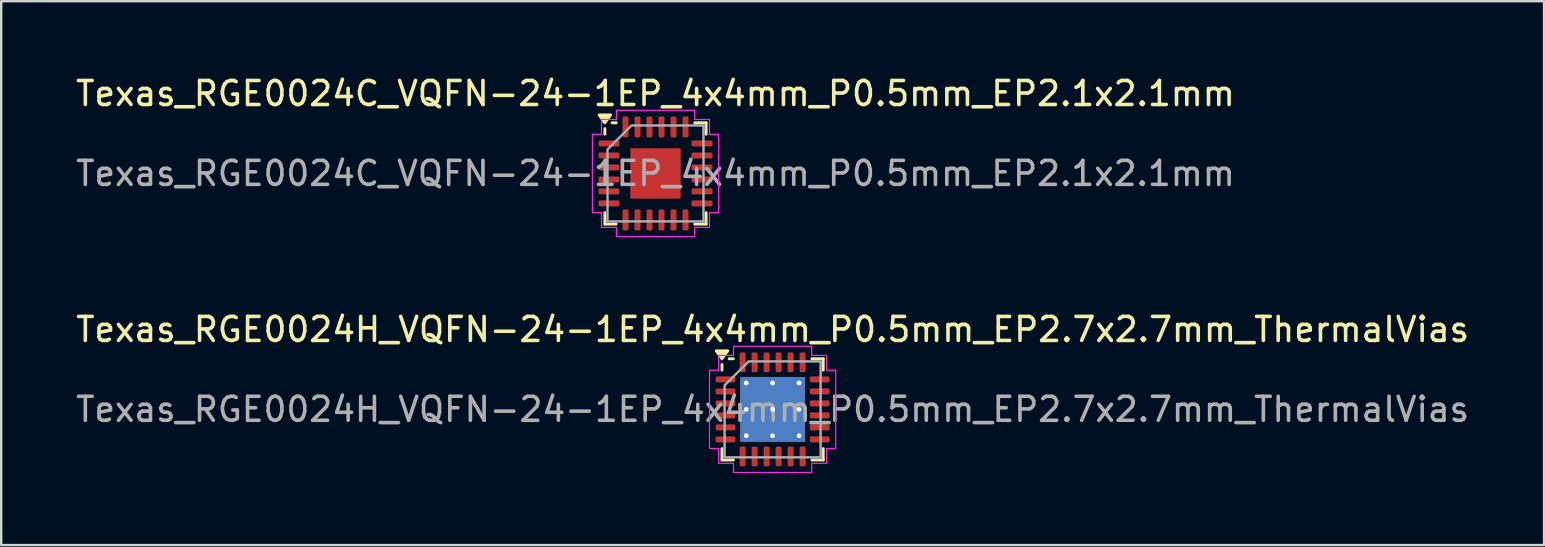
<source format=kicad_pcb>
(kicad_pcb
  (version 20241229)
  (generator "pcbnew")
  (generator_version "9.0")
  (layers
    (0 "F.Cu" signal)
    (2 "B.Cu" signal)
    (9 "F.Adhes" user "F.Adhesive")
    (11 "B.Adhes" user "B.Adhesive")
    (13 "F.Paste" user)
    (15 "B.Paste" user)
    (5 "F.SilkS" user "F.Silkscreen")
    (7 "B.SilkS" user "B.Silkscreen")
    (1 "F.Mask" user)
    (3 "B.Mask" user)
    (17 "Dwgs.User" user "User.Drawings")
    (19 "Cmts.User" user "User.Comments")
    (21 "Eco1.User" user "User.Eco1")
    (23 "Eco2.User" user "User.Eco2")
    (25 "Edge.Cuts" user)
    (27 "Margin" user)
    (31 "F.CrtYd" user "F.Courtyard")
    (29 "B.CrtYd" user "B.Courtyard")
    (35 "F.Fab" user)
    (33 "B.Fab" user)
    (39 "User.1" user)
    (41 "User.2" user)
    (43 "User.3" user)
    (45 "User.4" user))
  (footprint "Texas_RGE0024H_VQFN-24-1EP_4x4mm_P0.5mm_EP2.7x2.7mm_ThermalVias"
    (layer "F.Cu")
    (at 29.149 14.011)
    (property "Reference" "Texas_RGE0024H_VQFN-24-1EP_4x4mm_P0.5mm_EP2.7x2.7mm_ThermalVias" (at 0 -3.33 0) (layer "F.SilkS") (effects (font (size 1 1) (thickness 0.15))))
    (attr smd)
    (fp_line (start -2.11 -1.635) (end -2.11 -1.87) (stroke (width 0.12) (type solid)) (layer "F.SilkS"))
    (fp_line (start -2.11 2.11) (end -2.11 1.635) (stroke (width 0.12) (type solid)) (layer "F.SilkS"))
    (fp_line (start -1.635 -2.11) (end -1.81 -2.11) (stroke (width 0.12) (type solid)) (layer "F.SilkS"))
    (fp_line (start -1.635 2.11) (end -2.11 2.11) (stroke (width 0.12) (type solid)) (layer "F.SilkS"))
    (fp_line (start 1.635 -2.11) (end 2.11 -2.11) (stroke (width 0.12) (type solid)) (layer "F.SilkS"))
    (fp_line (start 1.635 2.11) (end 2.11 2.11) (stroke (width 0.12) (type solid)) (layer "F.SilkS"))
    (fp_line (start 2.11 -2.11) (end 2.11 -1.635) (stroke (width 0.12) (type solid)) (layer "F.SilkS"))
    (fp_line (start 2.11 2.11) (end 2.11 1.635) (stroke (width 0.12) (type solid)) (layer "F.SilkS"))
    (fp_poly (pts (xy -2.11 -2.11) (xy -2.35 -2.44) (xy -1.87 -2.44)) (stroke (width 0.12) (type solid)) (fill yes) (layer "F.SilkS"))
    (fp_line (start -2.63 -1.63) (end -2.25 -1.63) (stroke (width 0.05) (type solid)) (layer "F.CrtYd"))
    (fp_line (start -2.63 1.63) (end -2.63 -1.63) (stroke (width 0.05) (type solid)) (layer "F.CrtYd"))
    (fp_line (start -2.25 -2.25) (end -1.63 -2.25) (stroke (width 0.05) (type solid)) (layer "F.CrtYd"))
    (fp_line (start -2.25 -1.63) (end -2.25 -2.25) (stroke (width 0.05) (type solid)) (layer "F.CrtYd"))
    (fp_line (start -2.25 1.63) (end -2.63 1.63) (stroke (width 0.05) (type solid)) (layer "F.CrtYd"))
    (fp_line (start -2.25 2.25) (end -2.25 1.63) (stroke (width 0.05) (type solid)) (layer "F.CrtYd"))
    (fp_line (start -1.63 -2.63) (end 1.63 -2.63) (stroke (width 0.05) (type solid)) (layer "F.CrtYd"))
    (fp_line (start -1.63 -2.25) (end -1.63 -2.63) (stroke (width 0.05) (type solid)) (layer "F.CrtYd"))
    (fp_line (start -1.63 2.25) (end -2.25 2.25) (stroke (width 0.05) (type solid)) (layer "F.CrtYd"))
    (fp_line (start -1.63 2.63) (end -1.63 2.25) (stroke (width 0.05) (type solid)) (layer "F.CrtYd"))
    (fp_line (start 1.63 -2.63) (end 1.63 -2.25) (stroke (width 0.05) (type solid)) (layer "F.CrtYd"))
    (fp_line (start 1.63 -2.25) (end 2.25 -2.25) (stroke (width 0.05) (type solid)) (layer "F.CrtYd"))
    (fp_line (start 1.63 2.25) (end 1.63 2.63) (stroke (width 0.05) (type solid)) (layer "F.CrtYd"))
    (fp_line (start 1.63 2.63) (end -1.63 2.63) (stroke (width 0.05) (type solid)) (layer "F.CrtYd"))
    (fp_line (start 2.25 -2.25) (end 2.25 -1.63) (stroke (width 0.05) (type solid)) (layer "F.CrtYd"))
    (fp_line (start 2.25 -1.63) (end 2.63 -1.63) (stroke (width 0.05) (type solid)) (layer "F.CrtYd"))
    (fp_line (start 2.25 1.63) (end 2.25 2.25) (stroke (width 0.05) (type solid)) (layer "F.CrtYd"))
    (fp_line (start 2.25 2.25) (end 1.63 2.25) (stroke (width 0.05) (type solid)) (layer "F.CrtYd"))
    (fp_line (start 2.63 -1.63) (end 2.63 1.63) (stroke (width 0.05) (type solid)) (layer "F.CrtYd"))
    (fp_line (start 2.63 1.63) (end 2.25 1.63) (stroke (width 0.05) (type solid)) (layer "F.CrtYd"))
    (fp_poly (pts (xy -2 -1) (xy -2 2) (xy 2 2) (xy 2 -2) (xy -1 -2)) (stroke (width 0.1) (type solid)) (fill no) (layer "F.Fab"))
    (fp_text user "${REFERENCE}" (at 0 0 0) (layer "F.Fab") (effects (font (size 1 1) (thickness 0.15))))
    (pad "" smd roundrect (at -0.675 -0.675) (size 1.17 1.17) (layers "F.Paste") (roundrect_rratio 0.214))
    (pad "" smd roundrect (at -0.675 0.675) (size 1.17 1.17) (layers "F.Paste") (roundrect_rratio 0.214))
    (pad "" smd roundrect (at 0.675 -0.675) (size 1.17 1.17) (layers "F.Paste") (roundrect_rratio 0.214))
    (pad "" smd roundrect (at 0.675 0.675) (size 1.17 1.17) (layers "F.Paste") (roundrect_rratio 0.214))
    (pad "1" smd roundrect (at -1.962 -1.25) (size 0.825 0.25) (layers "F.Cu" "F.Mask" "F.Paste") (roundrect_rratio 0.25))
    (pad "2" smd roundrect (at -1.962 -0.75) (size 0.825 0.25) (layers "F.Cu" "F.Mask" "F.Paste") (roundrect_rratio 0.25))
    (pad "3" smd roundrect (at -1.962 -0.25) (size 0.825 0.25) (layers "F.Cu" "F.Mask" "F.Paste") (roundrect_rratio 0.25))
    (pad "4" smd roundrect (at -1.962 0.25) (size 0.825 0.25) (layers "F.Cu" "F.Mask" "F.Paste") (roundrect_rratio 0.25))
    (pad "5" smd roundrect (at -1.962 0.75) (size 0.825 0.25) (layers "F.Cu" "F.Mask" "F.Paste") (roundrect_rratio 0.25))
    (pad "6" smd roundrect (at -1.962 1.25) (size 0.825 0.25) (layers "F.Cu" "F.Mask" "F.Paste") (roundrect_rratio 0.25))
    (pad "7" smd roundrect (at -1.25 1.962) (size 0.25 0.825) (layers "F.Cu" "F.Mask" "F.Paste") (roundrect_rratio 0.25))
    (pad "8" smd roundrect (at -0.75 1.962) (size 0.25 0.825) (layers "F.Cu" "F.Mask" "F.Paste") (roundrect_rratio 0.25))
    (pad "9" smd roundrect (at -0.25 1.962) (size 0.25 0.825) (layers "F.Cu" "F.Mask" "F.Paste") (roundrect_rratio 0.25))
    (pad "10" smd roundrect (at 0.25 1.962) (size 0.25 0.825) (layers "F.Cu" "F.Mask" "F.Paste") (roundrect_rratio 0.25))
    (pad "11" smd roundrect (at 0.75 1.962) (size 0.25 0.825) (layers "F.Cu" "F.Mask" "F.Paste") (roundrect_rratio 0.25))
    (pad "12" smd roundrect (at 1.25 1.962) (size 0.25 0.825) (layers "F.Cu" "F.Mask" "F.Paste") (roundrect_rratio 0.25))
    (pad "13" smd roundrect (at 1.962 1.25) (size 0.825 0.25) (layers "F.Cu" "F.Mask" "F.Paste") (roundrect_rratio 0.25))
    (pad "14" smd roundrect (at 1.962 0.75) (size 0.825 0.25) (layers "F.Cu" "F.Mask" "F.Paste") (roundrect_rratio 0.25))
    (pad "15" smd roundrect (at 1.962 0.25) (size 0.825 0.25) (layers "F.Cu" "F.Mask" "F.Paste") (roundrect_rratio 0.25))
    (pad "16" smd roundrect (at 1.962 -0.25) (size 0.825 0.25) (layers "F.Cu" "F.Mask" "F.Paste") (roundrect_rratio 0.25))
    (pad "17" smd roundrect (at 1.962 -0.75) (size 0.825 0.25) (layers "F.Cu" "F.Mask" "F.Paste") (roundrect_rratio 0.25))
    (pad "18" smd roundrect (at 1.962 -1.25) (size 0.825 0.25) (layers "F.Cu" "F.Mask" "F.Paste") (roundrect_rratio 0.25))
    (pad "19" smd roundrect (at 1.25 -1.962) (size 0.25 0.825) (layers "F.Cu" "F.Mask" "F.Paste") (roundrect_rratio 0.25))
    (pad "20" smd roundrect (at 0.75 -1.962) (size 0.25 0.825) (layers "F.Cu" "F.Mask" "F.Paste") (roundrect_rratio 0.25))
    (pad "21" smd roundrect (at 0.25 -1.962) (size 0.25 0.825) (layers "F.Cu" "F.Mask" "F.Paste") (roundrect_rratio 0.25))
    (pad "22" smd roundrect (at -0.25 -1.962) (size 0.25 0.825) (layers "F.Cu" "F.Mask" "F.Paste") (roundrect_rratio 0.25))
    (pad "23" smd roundrect (at -0.75 -1.962) (size 0.25 0.825) (layers "F.Cu" "F.Mask" "F.Paste") (roundrect_rratio 0.25))
    (pad "24" smd roundrect (at -1.25 -1.962) (size 0.25 0.825) (layers "F.Cu" "F.Mask" "F.Paste") (roundrect_rratio 0.25))
    (pad "25" thru_hole circle (at -1.1 -1.1) (size 0.5 0.5) (drill 0.2) (property pad_prop_heatsink) (layers "*.Cu"))
    (pad "25" thru_hole circle (at -1.1 0) (size 0.5 0.5) (drill 0.2) (property pad_prop_heatsink) (layers "*.Cu"))
    (pad "25" thru_hole circle (at -1.1 1.1) (size 0.5 0.5) (drill 0.2) (property pad_prop_heatsink) (layers "*.Cu"))
    (pad "25" thru_hole circle (at 0 -1.1) (size 0.5 0.5) (drill 0.2) (property pad_prop_heatsink) (layers "*.Cu"))
    (pad "25" thru_hole circle (at 0 0) (size 0.5 0.5) (drill 0.2) (property pad_prop_heatsink) (layers "*.Cu"))
    (pad "25" smd rect (at 0 0) (size 2.7 2.7) (property pad_prop_heatsink) (layers "F.Cu" "F.Mask"))
    (pad "25" smd rect (at 0 0) (size 2.7 2.7) (property pad_prop_heatsink) (layers "B.Cu"))
    (pad "25" thru_hole circle (at 0 1.1) (size 0.5 0.5) (drill 0.2) (property pad_prop_heatsink) (layers "*.Cu"))
    (pad "25" thru_hole circle (at 1.1 -1.1) (size 0.5 0.5) (drill 0.2) (property pad_prop_heatsink) (layers "*.Cu"))
    (pad "25" thru_hole circle (at 1.1 0) (size 0.5 0.5) (drill 0.2) (property pad_prop_heatsink) (layers "*.Cu"))
    (pad "25" thru_hole circle (at 1.1 1.1) (size 0.5 0.5) (drill 0.2) (property pad_prop_heatsink) (layers "*.Cu")))
  (footprint "Texas_RGE0024C_VQFN-24-1EP_4x4mm_P0.5mm_EP2.1x2.1mm"
    (layer "F.Cu")
    (at 24.268 4.178)
    (property "Reference" "Texas_RGE0024C_VQFN-24-1EP_4x4mm_P0.5mm_EP2.1x2.1mm" (at 0 -3.33 0) (layer "F.SilkS") (effects (font (size 1 1) (thickness 0.15))))
    (attr smd)
    (fp_line (start -2.11 -1.635) (end -2.11 -1.87) (stroke (width 0.12) (type solid)) (layer "F.SilkS"))
    (fp_line (start -2.11 2.11) (end -2.11 1.635) (stroke (width 0.12) (type solid)) (layer "F.SilkS"))
    (fp_line (start -1.635 -2.11) (end -1.81 -2.11) (stroke (width 0.12) (type solid)) (layer "F.SilkS"))
    (fp_line (start -1.635 2.11) (end -2.11 2.11) (stroke (width 0.12) (type solid)) (layer "F.SilkS"))
    (fp_line (start 1.635 -2.11) (end 2.11 -2.11) (stroke (width 0.12) (type solid)) (layer "F.SilkS"))
    (fp_line (start 1.635 2.11) (end 2.11 2.11) (stroke (width 0.12) (type solid)) (layer "F.SilkS"))
    (fp_line (start 2.11 -2.11) (end 2.11 -1.635) (stroke (width 0.12) (type solid)) (layer "F.SilkS"))
    (fp_line (start 2.11 2.11) (end 2.11 1.635) (stroke (width 0.12) (type solid)) (layer "F.SilkS"))
    (fp_poly (pts (xy -2.11 -2.11) (xy -2.35 -2.44) (xy -1.87 -2.44)) (stroke (width 0.12) (type solid)) (fill yes) (layer "F.SilkS"))
    (fp_line (start -2.63 -1.63) (end -2.25 -1.63) (stroke (width 0.05) (type solid)) (layer "F.CrtYd"))
    (fp_line (start -2.63 1.63) (end -2.63 -1.63) (stroke (width 0.05) (type solid)) (layer "F.CrtYd"))
    (fp_line (start -2.25 -2.25) (end -1.63 -2.25) (stroke (width 0.05) (type solid)) (layer "F.CrtYd"))
    (fp_line (start -2.25 -1.63) (end -2.25 -2.25) (stroke (width 0.05) (type solid)) (layer "F.CrtYd"))
    (fp_line (start -2.25 1.63) (end -2.63 1.63) (stroke (width 0.05) (type solid)) (layer "F.CrtYd"))
    (fp_line (start -2.25 2.25) (end -2.25 1.63) (stroke (width 0.05) (type solid)) (layer "F.CrtYd"))
    (fp_line (start -1.63 -2.63) (end 1.63 -2.63) (stroke (width 0.05) (type solid)) (layer "F.CrtYd"))
    (fp_line (start -1.63 -2.25) (end -1.63 -2.63) (stroke (width 0.05) (type solid)) (layer "F.CrtYd"))
    (fp_line (start -1.63 2.25) (end -2.25 2.25) (stroke (width 0.05) (type solid)) (layer "F.CrtYd"))
    (fp_line (start -1.63 2.63) (end -1.63 2.25) (stroke (width 0.05) (type solid)) (layer "F.CrtYd"))
    (fp_line (start 1.63 -2.63) (end 1.63 -2.25) (stroke (width 0.05) (type solid)) (layer "F.CrtYd"))
    (fp_line (start 1.63 -2.25) (end 2.25 -2.25) (stroke (width 0.05) (type solid)) (layer "F.CrtYd"))
    (fp_line (start 1.63 2.25) (end 1.63 2.63) (stroke (width 0.05) (type solid)) (layer "F.CrtYd"))
    (fp_line (start 1.63 2.63) (end -1.63 2.63) (stroke (width 0.05) (type solid)) (layer "F.CrtYd"))
    (fp_line (start 2.25 -2.25) (end 2.25 -1.63) (stroke (width 0.05) (type solid)) (layer "F.CrtYd"))
    (fp_line (start 2.25 -1.63) (end 2.63 -1.63) (stroke (width 0.05) (type solid)) (layer "F.CrtYd"))
    (fp_line (start 2.25 1.63) (end 2.25 2.25) (stroke (width 0.05) (type solid)) (layer "F.CrtYd"))
    (fp_line (start 2.25 2.25) (end 1.63 2.25) (stroke (width 0.05) (type solid)) (layer "F.CrtYd"))
    (fp_line (start 2.63 -1.63) (end 2.63 1.63) (stroke (width 0.05) (type solid)) (layer "F.CrtYd"))
    (fp_line (start 2.63 1.63) (end 2.25 1.63) (stroke (width 0.05) (type solid)) (layer "F.CrtYd"))
    (fp_poly (pts (xy -2 -1) (xy -2 2) (xy 2 2) (xy 2 -2) (xy -1 -2)) (stroke (width 0.1) (type solid)) (fill no) (layer "F.Fab"))
    (fp_text user "${REFERENCE}" (at 0 0 0) (layer "F.Fab") (effects (font (size 1 1) (thickness 0.15))))
    (pad "" smd roundrect (at -0.525 -0.525) (size 0.85 0.85) (layers "F.Paste") (roundrect_rratio 0.25))
    (pad "" smd roundrect (at -0.525 0.525) (size 0.85 0.85) (layers "F.Paste") (roundrect_rratio 0.25))
    (pad "" smd roundrect (at 0.525 -0.525) (size 0.85 0.85) (layers "F.Paste") (roundrect_rratio 0.25))
    (pad "" smd roundrect (at 0.525 0.525) (size 0.85 0.85) (layers "F.Paste") (roundrect_rratio 0.25))
    (pad "1" smd roundrect (at -1.938 -1.25) (size 0.875 0.25) (layers "F.Cu" "F.Mask" "F.Paste") (roundrect_rratio 0.25))
    (pad "2" smd roundrect (at -1.938 -0.75) (size 0.875 0.25) (layers "F.Cu" "F.Mask" "F.Paste") (roundrect_rratio 0.25))
    (pad "3" smd roundrect (at -1.938 -0.25) (size 0.875 0.25) (layers "F.Cu" "F.Mask" "F.Paste") (roundrect_rratio 0.25))
    (pad "4" smd roundrect (at -1.938 0.25) (size 0.875 0.25) (layers "F.Cu" "F.Mask" "F.Paste") (roundrect_rratio 0.25))
    (pad "5" smd roundrect (at -1.938 0.75) (size 0.875 0.25) (layers "F.Cu" "F.Mask" "F.Paste") (roundrect_rratio 0.25))
    (pad "6" smd roundrect (at -1.938 1.25) (size 0.875 0.25) (layers "F.Cu" "F.Mask" "F.Paste") (roundrect_rratio 0.25))
    (pad "7" smd roundrect (at -1.25 1.938) (size 0.25 0.875) (layers "F.Cu" "F.Mask" "F.Paste") (roundrect_rratio 0.25))
    (pad "8" smd roundrect (at -0.75 1.938) (size 0.25 0.875) (layers "F.Cu" "F.Mask" "F.Paste") (roundrect_rratio 0.25))
    (pad "9" smd roundrect (at -0.25 1.938) (size 0.25 0.875) (layers "F.Cu" "F.Mask" "F.Paste") (roundrect_rratio 0.25))
    (pad "10" smd roundrect (at 0.25 1.938) (size 0.25 0.875) (layers "F.Cu" "F.Mask" "F.Paste") (roundrect_rratio 0.25))
    (pad "11" smd roundrect (at 0.75 1.938) (size 0.25 0.875) (layers "F.Cu" "F.Mask" "F.Paste") (roundrect_rratio 0.25))
    (pad "12" smd roundrect (at 1.25 1.938) (size 0.25 0.875) (layers "F.Cu" "F.Mask" "F.Paste") (roundrect_rratio 0.25))
    (pad "13" smd roundrect (at 1.938 1.25) (size 0.875 0.25) (layers "F.Cu" "F.Mask" "F.Paste") (roundrect_rratio 0.25))
    (pad "14" smd roundrect (at 1.938 0.75) (size 0.875 0.25) (layers "F.Cu" "F.Mask" "F.Paste") (roundrect_rratio 0.25))
    (pad "15" smd roundrect (at 1.938 0.25) (size 0.875 0.25) (layers "F.Cu" "F.Mask" "F.Paste") (roundrect_rratio 0.25))
    (pad "16" smd roundrect (at 1.938 -0.25) (size 0.875 0.25) (layers "F.Cu" "F.Mask" "F.Paste") (roundrect_rratio 0.25))
    (pad "17" smd roundrect (at 1.938 -0.75) (size 0.875 0.25) (layers "F.Cu" "F.Mask" "F.Paste") (roundrect_rratio 0.25))
    (pad "18" smd roundrect (at 1.938 -1.25) (size 0.875 0.25) (layers "F.Cu" "F.Mask" "F.Paste") (roundrect_rratio 0.25))
    (pad "19" smd roundrect (at 1.25 -1.938) (size 0.25 0.875) (layers "F.Cu" "F.Mask" "F.Paste") (roundrect_rratio 0.25))
    (pad "20" smd roundrect (at 0.75 -1.938) (size 0.25 0.875) (layers "F.Cu" "F.Mask" "F.Paste") (roundrect_rratio 0.25))
    (pad "21" smd roundrect (at 0.25 -1.938) (size 0.25 0.875) (layers "F.Cu" "F.Mask" "F.Paste") (roundrect_rratio 0.25))
    (pad "22" smd roundrect (at -0.25 -1.938) (size 0.25 0.875) (layers "F.Cu" "F.Mask" "F.Paste") (roundrect_rratio 0.25))
    (pad "23" smd roundrect (at -0.75 -1.938) (size 0.25 0.875) (layers "F.Cu" "F.Mask" "F.Paste") (roundrect_rratio 0.25))
    (pad "24" smd roundrect (at -1.25 -1.938) (size 0.25 0.875) (layers "F.Cu" "F.Mask" "F.Paste") (roundrect_rratio 0.25))
    (pad "25" smd rect (at 0 0) (size 2.1 2.1) (property pad_prop_heatsink) (layers "F.Cu" "F.Mask")))
  (gr_rect
    (start -3 -3)
    (end 61.298 19.666)
    (stroke (width 0.1) (type default))
    (fill no)
    (layer "Edge.Cuts")))
</source>
